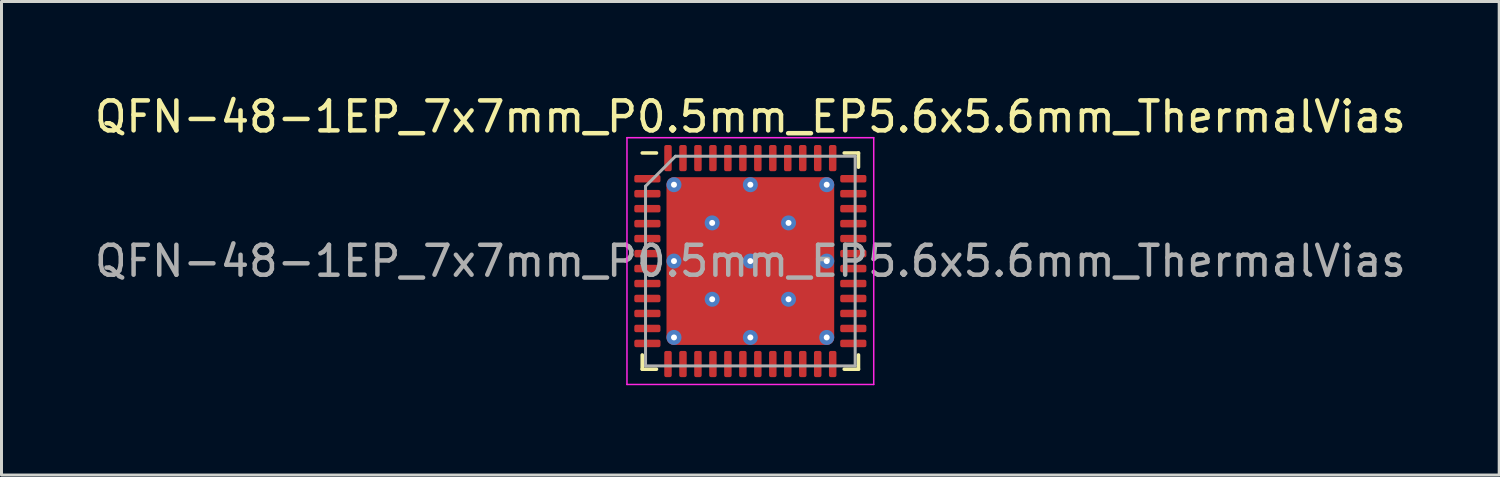
<source format=kicad_pcb>
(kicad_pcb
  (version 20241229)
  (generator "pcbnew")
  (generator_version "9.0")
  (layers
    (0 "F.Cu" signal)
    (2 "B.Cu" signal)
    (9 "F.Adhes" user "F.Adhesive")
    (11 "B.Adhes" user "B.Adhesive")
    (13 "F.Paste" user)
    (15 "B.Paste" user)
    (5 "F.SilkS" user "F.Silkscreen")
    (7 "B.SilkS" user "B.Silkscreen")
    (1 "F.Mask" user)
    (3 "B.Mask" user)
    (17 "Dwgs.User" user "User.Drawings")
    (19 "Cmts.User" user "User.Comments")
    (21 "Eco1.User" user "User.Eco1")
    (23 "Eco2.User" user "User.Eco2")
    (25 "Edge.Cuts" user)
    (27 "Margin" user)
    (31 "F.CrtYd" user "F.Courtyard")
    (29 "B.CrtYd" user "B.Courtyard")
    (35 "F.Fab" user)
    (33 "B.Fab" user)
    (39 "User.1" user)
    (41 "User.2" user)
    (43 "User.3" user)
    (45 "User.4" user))
  (footprint "QFN-48-1EP_7x7mm_P0.5mm_EP5.6x5.6mm_ThermalVias"
    (layer "F.Cu")
    (at 22.006 5.668)
    (property "Reference" "QFN-48-1EP_7x7mm_P0.5mm_EP5.6x5.6mm_ThermalVias" (at 0 -4.82 0) (layer "F.SilkS") (effects (font (size 1 1) (thickness 0.15))))
    (attr smd)
    (fp_line (start -3.61 3.61) (end -3.61 3.135) (stroke (width 0.12) (type solid)) (layer "F.SilkS"))
    (fp_line (start -3.135 -3.61) (end -3.61 -3.61) (stroke (width 0.12) (type solid)) (layer "F.SilkS"))
    (fp_line (start -3.135 3.61) (end -3.61 3.61) (stroke (width 0.12) (type solid)) (layer "F.SilkS"))
    (fp_line (start 3.135 -3.61) (end 3.61 -3.61) (stroke (width 0.12) (type solid)) (layer "F.SilkS"))
    (fp_line (start 3.135 3.61) (end 3.61 3.61) (stroke (width 0.12) (type solid)) (layer "F.SilkS"))
    (fp_line (start 3.61 -3.61) (end 3.61 -3.135) (stroke (width 0.12) (type solid)) (layer "F.SilkS"))
    (fp_line (start 3.61 3.61) (end 3.61 3.135) (stroke (width 0.12) (type solid)) (layer "F.SilkS"))
    (fp_line (start -4.12 -4.12) (end -4.12 4.12) (stroke (width 0.05) (type solid)) (layer "F.CrtYd"))
    (fp_line (start -4.12 4.12) (end 4.12 4.12) (stroke (width 0.05) (type solid)) (layer "F.CrtYd"))
    (fp_line (start 4.12 -4.12) (end -4.12 -4.12) (stroke (width 0.05) (type solid)) (layer "F.CrtYd"))
    (fp_line (start 4.12 4.12) (end 4.12 -4.12) (stroke (width 0.05) (type solid)) (layer "F.CrtYd"))
    (fp_line (start -3.5 -2.5) (end -2.5 -3.5) (stroke (width 0.1) (type solid)) (layer "F.Fab"))
    (fp_line (start -3.5 3.5) (end -3.5 -2.5) (stroke (width 0.1) (type solid)) (layer "F.Fab"))
    (fp_line (start -2.5 -3.5) (end 3.5 -3.5) (stroke (width 0.1) (type solid)) (layer "F.Fab"))
    (fp_line (start 3.5 -3.5) (end 3.5 3.5) (stroke (width 0.1) (type solid)) (layer "F.Fab"))
    (fp_line (start 3.5 3.5) (end -3.5 3.5) (stroke (width 0.1) (type solid)) (layer "F.Fab"))
    (fp_text user "${REFERENCE}" (at 0 0 0) (layer "F.Fab") (effects (font (size 1 1) (thickness 0.15))))
    (pad "" smd roundrect (at -1.913 -1.913) (size 1.084 1.084) (layers "F.Paste") (roundrect_rratio 0.231))
    (pad "" smd roundrect (at -1.913 -0.637) (size 1.084 1.084) (layers "F.Paste") (roundrect_rratio 0.231))
    (pad "" smd roundrect (at -1.913 0.637) (size 1.084 1.084) (layers "F.Paste") (roundrect_rratio 0.231))
    (pad "" smd roundrect (at -1.913 1.913) (size 1.084 1.084) (layers "F.Paste") (roundrect_rratio 0.231))
    (pad "" smd roundrect (at -0.637 -1.913) (size 1.084 1.084) (layers "F.Paste") (roundrect_rratio 0.231))
    (pad "" smd roundrect (at -0.637 -0.637) (size 1.084 1.084) (layers "F.Paste") (roundrect_rratio 0.231))
    (pad "" smd roundrect (at -0.637 0.637) (size 1.084 1.084) (layers "F.Paste") (roundrect_rratio 0.231))
    (pad "" smd roundrect (at -0.637 1.913) (size 1.084 1.084) (layers "F.Paste") (roundrect_rratio 0.231))
    (pad "" smd roundrect (at 0.637 -1.913) (size 1.084 1.084) (layers "F.Paste") (roundrect_rratio 0.231))
    (pad "" smd roundrect (at 0.637 -0.637) (size 1.084 1.084) (layers "F.Paste") (roundrect_rratio 0.231))
    (pad "" smd roundrect (at 0.637 0.637) (size 1.084 1.084) (layers "F.Paste") (roundrect_rratio 0.231))
    (pad "" smd roundrect (at 0.637 1.913) (size 1.084 1.084) (layers "F.Paste") (roundrect_rratio 0.231))
    (pad "" smd roundrect (at 1.913 -1.913) (size 1.084 1.084) (layers "F.Paste") (roundrect_rratio 0.231))
    (pad "" smd roundrect (at 1.913 -0.637) (size 1.084 1.084) (layers "F.Paste") (roundrect_rratio 0.231))
    (pad "" smd roundrect (at 1.913 0.637) (size 1.084 1.084) (layers "F.Paste") (roundrect_rratio 0.231))
    (pad "" smd roundrect (at 1.913 1.913) (size 1.084 1.084) (layers "F.Paste") (roundrect_rratio 0.231))
    (pad "1" smd roundrect (at -3.438 -2.75) (size 0.875 0.25) (layers "F.Cu" "F.Mask" "F.Paste") (roundrect_rratio 0.25))
    (pad "2" smd roundrect (at -3.438 -2.25) (size 0.875 0.25) (layers "F.Cu" "F.Mask" "F.Paste") (roundrect_rratio 0.25))
    (pad "3" smd roundrect (at -3.438 -1.75) (size 0.875 0.25) (layers "F.Cu" "F.Mask" "F.Paste") (roundrect_rratio 0.25))
    (pad "4" smd roundrect (at -3.438 -1.25) (size 0.875 0.25) (layers "F.Cu" "F.Mask" "F.Paste") (roundrect_rratio 0.25))
    (pad "5" smd roundrect (at -3.438 -0.75) (size 0.875 0.25) (layers "F.Cu" "F.Mask" "F.Paste") (roundrect_rratio 0.25))
    (pad "6" smd roundrect (at -3.438 -0.25) (size 0.875 0.25) (layers "F.Cu" "F.Mask" "F.Paste") (roundrect_rratio 0.25))
    (pad "7" smd roundrect (at -3.438 0.25) (size 0.875 0.25) (layers "F.Cu" "F.Mask" "F.Paste") (roundrect_rratio 0.25))
    (pad "8" smd roundrect (at -3.438 0.75) (size 0.875 0.25) (layers "F.Cu" "F.Mask" "F.Paste") (roundrect_rratio 0.25))
    (pad "9" smd roundrect (at -3.438 1.25) (size 0.875 0.25) (layers "F.Cu" "F.Mask" "F.Paste") (roundrect_rratio 0.25))
    (pad "10" smd roundrect (at -3.438 1.75) (size 0.875 0.25) (layers "F.Cu" "F.Mask" "F.Paste") (roundrect_rratio 0.25))
    (pad "11" smd roundrect (at -3.438 2.25) (size 0.875 0.25) (layers "F.Cu" "F.Mask" "F.Paste") (roundrect_rratio 0.25))
    (pad "12" smd roundrect (at -3.438 2.75) (size 0.875 0.25) (layers "F.Cu" "F.Mask" "F.Paste") (roundrect_rratio 0.25))
    (pad "13" smd roundrect (at -2.75 3.438) (size 0.25 0.875) (layers "F.Cu" "F.Mask" "F.Paste") (roundrect_rratio 0.25))
    (pad "14" smd roundrect (at -2.25 3.438) (size 0.25 0.875) (layers "F.Cu" "F.Mask" "F.Paste") (roundrect_rratio 0.25))
    (pad "15" smd roundrect (at -1.75 3.438) (size 0.25 0.875) (layers "F.Cu" "F.Mask" "F.Paste") (roundrect_rratio 0.25))
    (pad "16" smd roundrect (at -1.25 3.438) (size 0.25 0.875) (layers "F.Cu" "F.Mask" "F.Paste") (roundrect_rratio 0.25))
    (pad "17" smd roundrect (at -0.75 3.438) (size 0.25 0.875) (layers "F.Cu" "F.Mask" "F.Paste") (roundrect_rratio 0.25))
    (pad "18" smd roundrect (at -0.25 3.438) (size 0.25 0.875) (layers "F.Cu" "F.Mask" "F.Paste") (roundrect_rratio 0.25))
    (pad "19" smd roundrect (at 0.25 3.438) (size 0.25 0.875) (layers "F.Cu" "F.Mask" "F.Paste") (roundrect_rratio 0.25))
    (pad "20" smd roundrect (at 0.75 3.438) (size 0.25 0.875) (layers "F.Cu" "F.Mask" "F.Paste") (roundrect_rratio 0.25))
    (pad "21" smd roundrect (at 1.25 3.438) (size 0.25 0.875) (layers "F.Cu" "F.Mask" "F.Paste") (roundrect_rratio 0.25))
    (pad "22" smd roundrect (at 1.75 3.438) (size 0.25 0.875) (layers "F.Cu" "F.Mask" "F.Paste") (roundrect_rratio 0.25))
    (pad "23" smd roundrect (at 2.25 3.438) (size 0.25 0.875) (layers "F.Cu" "F.Mask" "F.Paste") (roundrect_rratio 0.25))
    (pad "24" smd roundrect (at 2.75 3.438) (size 0.25 0.875) (layers "F.Cu" "F.Mask" "F.Paste") (roundrect_rratio 0.25))
    (pad "25" smd roundrect (at 3.438 2.75) (size 0.875 0.25) (layers "F.Cu" "F.Mask" "F.Paste") (roundrect_rratio 0.25))
    (pad "26" smd roundrect (at 3.438 2.25) (size 0.875 0.25) (layers "F.Cu" "F.Mask" "F.Paste") (roundrect_rratio 0.25))
    (pad "27" smd roundrect (at 3.438 1.75) (size 0.875 0.25) (layers "F.Cu" "F.Mask" "F.Paste") (roundrect_rratio 0.25))
    (pad "28" smd roundrect (at 3.438 1.25) (size 0.875 0.25) (layers "F.Cu" "F.Mask" "F.Paste") (roundrect_rratio 0.25))
    (pad "29" smd roundrect (at 3.438 0.75) (size 0.875 0.25) (layers "F.Cu" "F.Mask" "F.Paste") (roundrect_rratio 0.25))
    (pad "30" smd roundrect (at 3.438 0.25) (size 0.875 0.25) (layers "F.Cu" "F.Mask" "F.Paste") (roundrect_rratio 0.25))
    (pad "31" smd roundrect (at 3.438 -0.25) (size 0.875 0.25) (layers "F.Cu" "F.Mask" "F.Paste") (roundrect_rratio 0.25))
    (pad "32" smd roundrect (at 3.438 -0.75) (size 0.875 0.25) (layers "F.Cu" "F.Mask" "F.Paste") (roundrect_rratio 0.25))
    (pad "33" smd roundrect (at 3.438 -1.25) (size 0.875 0.25) (layers "F.Cu" "F.Mask" "F.Paste") (roundrect_rratio 0.25))
    (pad "34" smd roundrect (at 3.438 -1.75) (size 0.875 0.25) (layers "F.Cu" "F.Mask" "F.Paste") (roundrect_rratio 0.25))
    (pad "35" smd roundrect (at 3.438 -2.25) (size 0.875 0.25) (layers "F.Cu" "F.Mask" "F.Paste") (roundrect_rratio 0.25))
    (pad "36" smd roundrect (at 3.438 -2.75) (size 0.875 0.25) (layers "F.Cu" "F.Mask" "F.Paste") (roundrect_rratio 0.25))
    (pad "37" smd roundrect (at 2.75 -3.438) (size 0.25 0.875) (layers "F.Cu" "F.Mask" "F.Paste") (roundrect_rratio 0.25))
    (pad "38" smd roundrect (at 2.25 -3.438) (size 0.25 0.875) (layers "F.Cu" "F.Mask" "F.Paste") (roundrect_rratio 0.25))
    (pad "39" smd roundrect (at 1.75 -3.438) (size 0.25 0.875) (layers "F.Cu" "F.Mask" "F.Paste") (roundrect_rratio 0.25))
    (pad "40" smd roundrect (at 1.25 -3.438) (size 0.25 0.875) (layers "F.Cu" "F.Mask" "F.Paste") (roundrect_rratio 0.25))
    (pad "41" smd roundrect (at 0.75 -3.438) (size 0.25 0.875) (layers "F.Cu" "F.Mask" "F.Paste") (roundrect_rratio 0.25))
    (pad "42" smd roundrect (at 0.25 -3.438) (size 0.25 0.875) (layers "F.Cu" "F.Mask" "F.Paste") (roundrect_rratio 0.25))
    (pad "43" smd roundrect (at -0.25 -3.438) (size 0.25 0.875) (layers "F.Cu" "F.Mask" "F.Paste") (roundrect_rratio 0.25))
    (pad "44" smd roundrect (at -0.75 -3.438) (size 0.25 0.875) (layers "F.Cu" "F.Mask" "F.Paste") (roundrect_rratio 0.25))
    (pad "45" smd roundrect (at -1.25 -3.438) (size 0.25 0.875) (layers "F.Cu" "F.Mask" "F.Paste") (roundrect_rratio 0.25))
    (pad "46" smd roundrect (at -1.75 -3.438) (size 0.25 0.875) (layers "F.Cu" "F.Mask" "F.Paste") (roundrect_rratio 0.25))
    (pad "47" smd roundrect (at -2.25 -3.438) (size 0.25 0.875) (layers "F.Cu" "F.Mask" "F.Paste") (roundrect_rratio 0.25))
    (pad "48" smd roundrect (at -2.75 -3.438) (size 0.25 0.875) (layers "F.Cu" "F.Mask" "F.Paste") (roundrect_rratio 0.25))
    (pad "49" thru_hole circle (at -2.55 -2.55) (size 0.5 0.5) (drill 0.2) (layers "*.Cu"))
    (pad "49" thru_hole circle (at -2.55 0) (size 0.5 0.5) (drill 0.2) (layers "*.Cu"))
    (pad "49" thru_hole circle (at -2.55 2.55) (size 0.5 0.5) (drill 0.2) (layers "*.Cu"))
    (pad "49" thru_hole circle (at -1.275 -1.275) (size 0.5 0.5) (drill 0.2) (layers "*.Cu"))
    (pad "49" thru_hole circle (at -1.275 1.275) (size 0.5 0.5) (drill 0.2) (layers "*.Cu"))
    (pad "49" thru_hole circle (at 0 -2.55) (size 0.5 0.5) (drill 0.2) (layers "*.Cu"))
    (pad "49" thru_hole circle (at 0 0) (size 0.5 0.5) (drill 0.2) (layers "*.Cu"))
    (pad "49" smd roundrect (at 0 0) (size 5.6 5.6) (layers "F.Cu" "F.Mask") (roundrect_rratio 0.045))
    (pad "49" thru_hole circle (at 0 2.55) (size 0.5 0.5) (drill 0.2) (layers "*.Cu"))
    (pad "49" thru_hole circle (at 1.275 -1.275) (size 0.5 0.5) (drill 0.2) (layers "*.Cu"))
    (pad "49" thru_hole circle (at 1.275 1.275) (size 0.5 0.5) (drill 0.2) (layers "*.Cu"))
    (pad "49" thru_hole circle (at 2.55 -2.55) (size 0.5 0.5) (drill 0.2) (layers "*.Cu"))
    (pad "49" thru_hole circle (at 2.55 0) (size 0.5 0.5) (drill 0.2) (layers "*.Cu"))
    (pad "49" thru_hole circle (at 2.55 2.55) (size 0.5 0.5) (drill 0.2) (layers "*.Cu")))
  (gr_rect
    (start -3 -3)
    (end 47.012 12.813)
    (stroke (width 0.1) (type default))
    (fill no)
    (layer "Edge.Cuts")))
</source>
